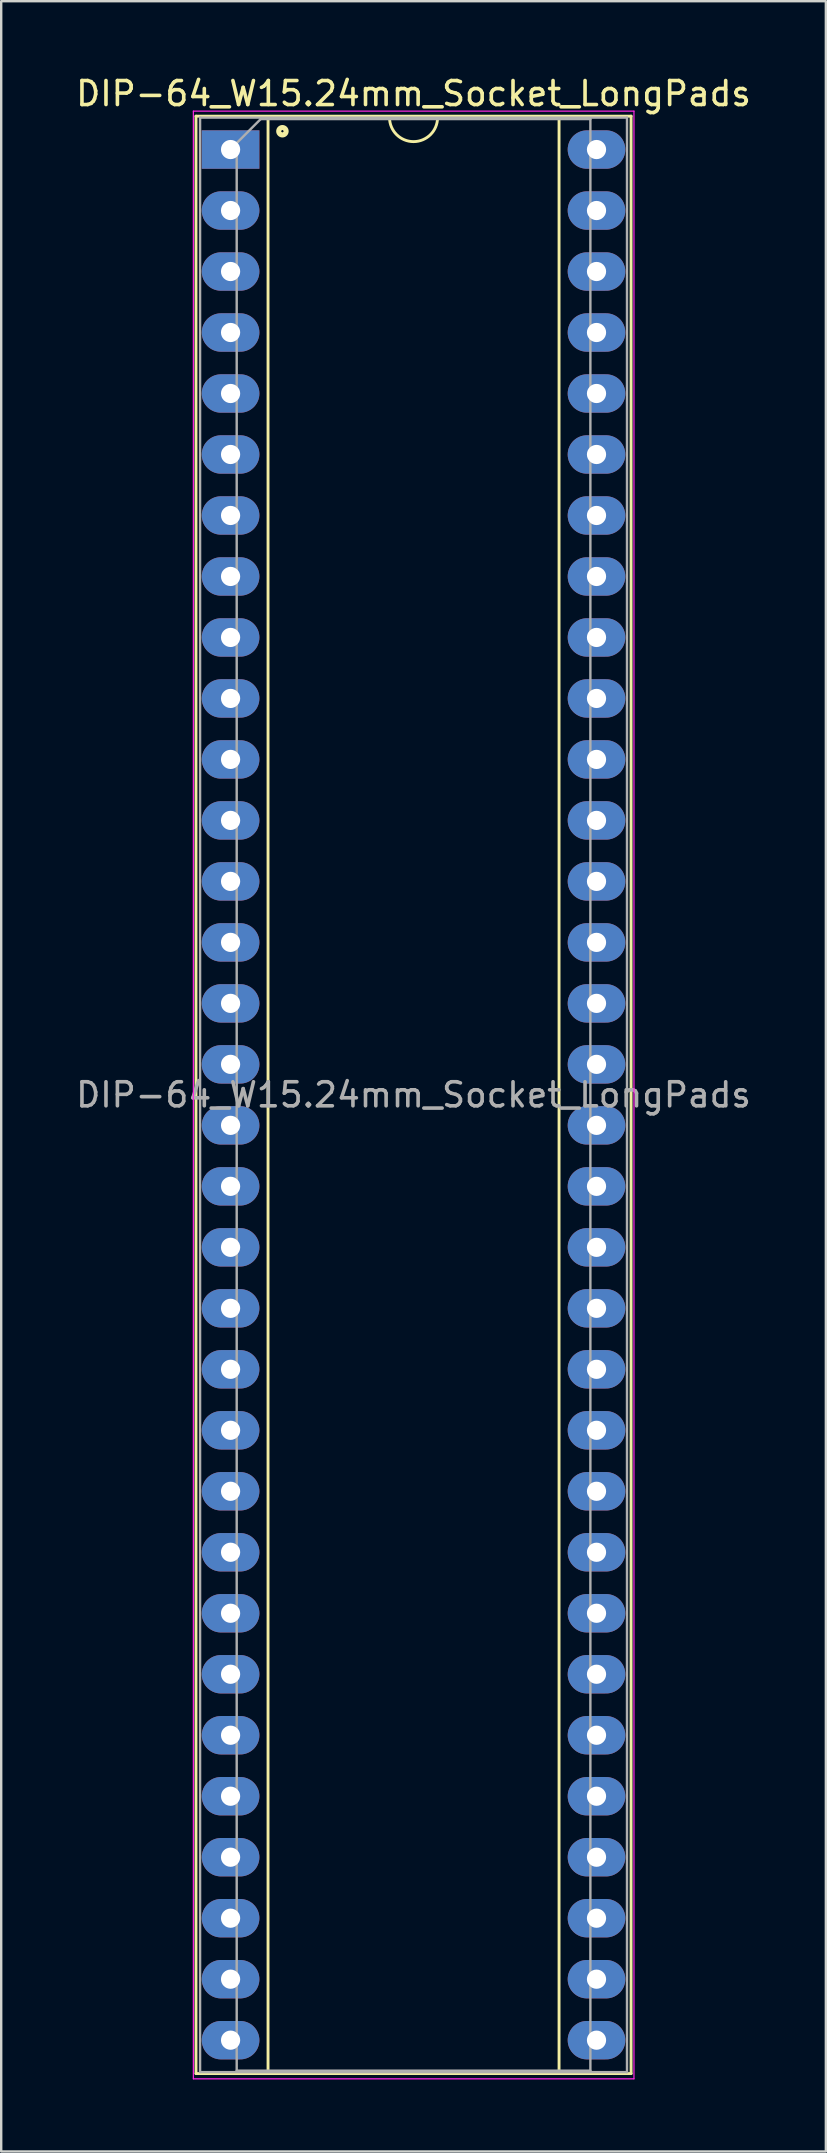
<source format=kicad_pcb>
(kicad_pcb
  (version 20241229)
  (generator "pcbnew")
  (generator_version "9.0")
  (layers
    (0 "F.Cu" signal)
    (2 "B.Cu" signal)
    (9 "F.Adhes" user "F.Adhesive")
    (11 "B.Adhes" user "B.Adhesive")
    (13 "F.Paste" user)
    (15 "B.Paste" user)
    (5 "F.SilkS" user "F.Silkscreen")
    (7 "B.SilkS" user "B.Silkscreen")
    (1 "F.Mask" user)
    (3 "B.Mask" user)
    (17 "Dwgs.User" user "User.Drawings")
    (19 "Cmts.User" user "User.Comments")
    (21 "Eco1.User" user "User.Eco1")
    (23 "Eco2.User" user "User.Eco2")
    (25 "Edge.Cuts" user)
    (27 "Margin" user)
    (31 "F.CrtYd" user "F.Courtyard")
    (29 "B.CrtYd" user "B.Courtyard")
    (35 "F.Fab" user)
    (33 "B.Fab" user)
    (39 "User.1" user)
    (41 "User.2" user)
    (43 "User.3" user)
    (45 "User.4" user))
  (footprint "DIP-64_W15.24mm_Socket_LongPads"
    (layer "F.Cu")
    (at 6.553 3.178)
    (property "Reference" "DIP-64_W15.24mm_Socket_LongPads" (at 7.62 -2.33 0) (layer "F.SilkS") (effects (font (size 1 1) (thickness 0.15))))
    (attr through_hole)
    (fp_line (start -1.44 -1.39) (end -1.44 80.13) (stroke (width 0.12) (type solid)) (layer "F.SilkS"))
    (fp_line (start -1.44 80.13) (end 16.68 80.13) (stroke (width 0.12) (type solid)) (layer "F.SilkS"))
    (fp_line (start 1.56 -1.33) (end 1.56 80.07) (stroke (width 0.12) (type solid)) (layer "F.SilkS"))
    (fp_line (start 1.56 80.07) (end 13.68 80.07) (stroke (width 0.12) (type solid)) (layer "F.SilkS"))
    (fp_line (start 6.62 -1.33) (end 1.56 -1.33) (stroke (width 0.12) (type solid)) (layer "F.SilkS"))
    (fp_line (start 13.68 -1.33) (end 8.62 -1.33) (stroke (width 0.12) (type solid)) (layer "F.SilkS"))
    (fp_line (start 13.68 80.07) (end 13.68 -1.33) (stroke (width 0.12) (type solid)) (layer "F.SilkS"))
    (fp_line (start 16.68 -1.39) (end -1.44 -1.39) (stroke (width 0.12) (type solid)) (layer "F.SilkS"))
    (fp_line (start 16.68 80.13) (end 16.68 -1.39) (stroke (width 0.12) (type solid)) (layer "F.SilkS"))
    (fp_arc (start 8.62 -1.33) (mid 7.62 -0.33) (end 6.62 -1.33) (stroke (width 0.12) (type solid)) (layer "F.SilkS"))
    (fp_circle (center 2.159 -0.762) (end 2.209 -0.762) (stroke (width 0.12) (type solid)) (fill no) (layer "F.SilkS"))
    (fp_circle (center 2.159 -0.762) (end 2.284 -0.762) (stroke (width 0.12) (type solid)) (fill no) (layer "F.SilkS"))
    (fp_circle (center 2.159 -0.762) (end 2.359 -0.762) (stroke (width 0.12) (type solid)) (fill no) (layer "F.SilkS"))
    (fp_line (start -1.55 -1.6) (end -1.55 80.35) (stroke (width 0.05) (type solid)) (layer "F.CrtYd"))
    (fp_line (start -1.55 80.35) (end 16.8 80.35) (stroke (width 0.05) (type solid)) (layer "F.CrtYd"))
    (fp_line (start 16.8 -1.6) (end -1.55 -1.6) (stroke (width 0.05) (type solid)) (layer "F.CrtYd"))
    (fp_line (start 16.8 80.35) (end 16.8 -1.6) (stroke (width 0.05) (type solid)) (layer "F.CrtYd"))
    (fp_line (start -1.27 -1.33) (end -1.27 80.07) (stroke (width 0.1) (type solid)) (layer "F.Fab"))
    (fp_line (start -1.27 80.07) (end 16.51 80.07) (stroke (width 0.1) (type solid)) (layer "F.Fab"))
    (fp_line (start 0.255 -0.27) (end 1.255 -1.27) (stroke (width 0.1) (type solid)) (layer "F.Fab"))
    (fp_line (start 0.255 80.01) (end 0.255 -0.27) (stroke (width 0.1) (type solid)) (layer "F.Fab"))
    (fp_line (start 1.255 -1.27) (end 14.985 -1.27) (stroke (width 0.1) (type solid)) (layer "F.Fab"))
    (fp_line (start 14.985 -1.27) (end 14.985 80.01) (stroke (width 0.1) (type solid)) (layer "F.Fab"))
    (fp_line (start 14.985 80.01) (end 0.255 80.01) (stroke (width 0.1) (type solid)) (layer "F.Fab"))
    (fp_line (start 16.51 -1.33) (end -1.27 -1.33) (stroke (width 0.1) (type solid)) (layer "F.Fab"))
    (fp_line (start 16.51 80.07) (end 16.51 -1.33) (stroke (width 0.1) (type solid)) (layer "F.Fab"))
    (fp_text user "${REFERENCE}" (at 7.62 39.37 0) (layer "F.Fab") (effects (font (size 1 1) (thickness 0.15))))
    (pad "1" thru_hole rect (at 0 0) (size 2.4 1.6) (drill 0.8) (layers "*.Cu" "*.Mask"))
    (pad "2" thru_hole oval (at 0 2.54) (size 2.4 1.6) (drill 0.8) (layers "*.Cu" "*.Mask"))
    (pad "3" thru_hole oval (at 0 5.08) (size 2.4 1.6) (drill 0.8) (layers "*.Cu" "*.Mask"))
    (pad "4" thru_hole oval (at 0 7.62) (size 2.4 1.6) (drill 0.8) (layers "*.Cu" "*.Mask"))
    (pad "5" thru_hole oval (at 0 10.16) (size 2.4 1.6) (drill 0.8) (layers "*.Cu" "*.Mask"))
    (pad "6" thru_hole oval (at 0 12.7) (size 2.4 1.6) (drill 0.8) (layers "*.Cu" "*.Mask"))
    (pad "7" thru_hole oval (at 0 15.24) (size 2.4 1.6) (drill 0.8) (layers "*.Cu" "*.Mask"))
    (pad "8" thru_hole oval (at 0 17.78) (size 2.4 1.6) (drill 0.8) (layers "*.Cu" "*.Mask"))
    (pad "9" thru_hole oval (at 0 20.32) (size 2.4 1.6) (drill 0.8) (layers "*.Cu" "*.Mask"))
    (pad "10" thru_hole oval (at 0 22.86) (size 2.4 1.6) (drill 0.8) (layers "*.Cu" "*.Mask"))
    (pad "11" thru_hole oval (at 0 25.4) (size 2.4 1.6) (drill 0.8) (layers "*.Cu" "*.Mask"))
    (pad "12" thru_hole oval (at 0 27.94) (size 2.4 1.6) (drill 0.8) (layers "*.Cu" "*.Mask"))
    (pad "13" thru_hole oval (at 0 30.48) (size 2.4 1.6) (drill 0.8) (layers "*.Cu" "*.Mask"))
    (pad "14" thru_hole oval (at 0 33.02) (size 2.4 1.6) (drill 0.8) (layers "*.Cu" "*.Mask"))
    (pad "15" thru_hole oval (at 0 35.56) (size 2.4 1.6) (drill 0.8) (layers "*.Cu" "*.Mask"))
    (pad "16" thru_hole oval (at 0 38.1) (size 2.4 1.6) (drill 0.8) (layers "*.Cu" "*.Mask"))
    (pad "17" thru_hole oval (at 0 40.64) (size 2.4 1.6) (drill 0.8) (layers "*.Cu" "*.Mask"))
    (pad "18" thru_hole oval (at 0 43.18) (size 2.4 1.6) (drill 0.8) (layers "*.Cu" "*.Mask"))
    (pad "19" thru_hole oval (at 0 45.72) (size 2.4 1.6) (drill 0.8) (layers "*.Cu" "*.Mask"))
    (pad "20" thru_hole oval (at 0 48.26) (size 2.4 1.6) (drill 0.8) (layers "*.Cu" "*.Mask"))
    (pad "21" thru_hole oval (at 0 50.8) (size 2.4 1.6) (drill 0.8) (layers "*.Cu" "*.Mask"))
    (pad "22" thru_hole oval (at 0 53.34) (size 2.4 1.6) (drill 0.8) (layers "*.Cu" "*.Mask"))
    (pad "23" thru_hole oval (at 0 55.88) (size 2.4 1.6) (drill 0.8) (layers "*.Cu" "*.Mask"))
    (pad "24" thru_hole oval (at 0 58.42) (size 2.4 1.6) (drill 0.8) (layers "*.Cu" "*.Mask"))
    (pad "25" thru_hole oval (at 0 60.96) (size 2.4 1.6) (drill 0.8) (layers "*.Cu" "*.Mask"))
    (pad "26" thru_hole oval (at 0 63.5) (size 2.4 1.6) (drill 0.8) (layers "*.Cu" "*.Mask"))
    (pad "27" thru_hole oval (at 0 66.04) (size 2.4 1.6) (drill 0.8) (layers "*.Cu" "*.Mask"))
    (pad "28" thru_hole oval (at 0 68.58) (size 2.4 1.6) (drill 0.8) (layers "*.Cu" "*.Mask"))
    (pad "29" thru_hole oval (at 0 71.12) (size 2.4 1.6) (drill 0.8) (layers "*.Cu" "*.Mask"))
    (pad "30" thru_hole oval (at 0 73.66) (size 2.4 1.6) (drill 0.8) (layers "*.Cu" "*.Mask"))
    (pad "31" thru_hole oval (at 0 76.2) (size 2.4 1.6) (drill 0.8) (layers "*.Cu" "*.Mask"))
    (pad "32" thru_hole oval (at 0 78.74) (size 2.4 1.6) (drill 0.8) (layers "*.Cu" "*.Mask"))
    (pad "33" thru_hole oval (at 15.24 78.74) (size 2.4 1.6) (drill 0.8) (layers "*.Cu" "*.Mask"))
    (pad "34" thru_hole oval (at 15.24 76.2) (size 2.4 1.6) (drill 0.8) (layers "*.Cu" "*.Mask"))
    (pad "35" thru_hole oval (at 15.24 73.66) (size 2.4 1.6) (drill 0.8) (layers "*.Cu" "*.Mask"))
    (pad "36" thru_hole oval (at 15.24 71.12) (size 2.4 1.6) (drill 0.8) (layers "*.Cu" "*.Mask"))
    (pad "37" thru_hole oval (at 15.24 68.58) (size 2.4 1.6) (drill 0.8) (layers "*.Cu" "*.Mask"))
    (pad "38" thru_hole oval (at 15.24 66.04) (size 2.4 1.6) (drill 0.8) (layers "*.Cu" "*.Mask"))
    (pad "39" thru_hole oval (at 15.24 63.5) (size 2.4 1.6) (drill 0.8) (layers "*.Cu" "*.Mask"))
    (pad "40" thru_hole oval (at 15.24 60.96) (size 2.4 1.6) (drill 0.8) (layers "*.Cu" "*.Mask"))
    (pad "41" thru_hole oval (at 15.24 58.42) (size 2.4 1.6) (drill 0.8) (layers "*.Cu" "*.Mask"))
    (pad "42" thru_hole oval (at 15.24 55.88) (size 2.4 1.6) (drill 0.8) (layers "*.Cu" "*.Mask"))
    (pad "43" thru_hole oval (at 15.24 53.34) (size 2.4 1.6) (drill 0.8) (layers "*.Cu" "*.Mask"))
    (pad "44" thru_hole oval (at 15.24 50.8) (size 2.4 1.6) (drill 0.8) (layers "*.Cu" "*.Mask"))
    (pad "45" thru_hole oval (at 15.24 48.26) (size 2.4 1.6) (drill 0.8) (layers "*.Cu" "*.Mask"))
    (pad "46" thru_hole oval (at 15.24 45.72) (size 2.4 1.6) (drill 0.8) (layers "*.Cu" "*.Mask"))
    (pad "47" thru_hole oval (at 15.24 43.18) (size 2.4 1.6) (drill 0.8) (layers "*.Cu" "*.Mask"))
    (pad "48" thru_hole oval (at 15.24 40.64) (size 2.4 1.6) (drill 0.8) (layers "*.Cu" "*.Mask"))
    (pad "49" thru_hole oval (at 15.24 38.1) (size 2.4 1.6) (drill 0.8) (layers "*.Cu" "*.Mask"))
    (pad "50" thru_hole oval (at 15.24 35.56) (size 2.4 1.6) (drill 0.8) (layers "*.Cu" "*.Mask"))
    (pad "51" thru_hole oval (at 15.24 33.02) (size 2.4 1.6) (drill 0.8) (layers "*.Cu" "*.Mask"))
    (pad "52" thru_hole oval (at 15.24 30.48) (size 2.4 1.6) (drill 0.8) (layers "*.Cu" "*.Mask"))
    (pad "53" thru_hole oval (at 15.24 27.94) (size 2.4 1.6) (drill 0.8) (layers "*.Cu" "*.Mask"))
    (pad "54" thru_hole oval (at 15.24 25.4) (size 2.4 1.6) (drill 0.8) (layers "*.Cu" "*.Mask"))
    (pad "55" thru_hole oval (at 15.24 22.86) (size 2.4 1.6) (drill 0.8) (layers "*.Cu" "*.Mask"))
    (pad "56" thru_hole oval (at 15.24 20.32) (size 2.4 1.6) (drill 0.8) (layers "*.Cu" "*.Mask"))
    (pad "57" thru_hole oval (at 15.24 17.78) (size 2.4 1.6) (drill 0.8) (layers "*.Cu" "*.Mask"))
    (pad "58" thru_hole oval (at 15.24 15.24) (size 2.4 1.6) (drill 0.8) (layers "*.Cu" "*.Mask"))
    (pad "59" thru_hole oval (at 15.24 12.7) (size 2.4 1.6) (drill 0.8) (layers "*.Cu" "*.Mask"))
    (pad "60" thru_hole oval (at 15.24 10.16) (size 2.4 1.6) (drill 0.8) (layers "*.Cu" "*.Mask"))
    (pad "61" thru_hole oval (at 15.24 7.62) (size 2.4 1.6) (drill 0.8) (layers "*.Cu" "*.Mask"))
    (pad "62" thru_hole oval (at 15.24 5.08) (size 2.4 1.6) (drill 0.8) (layers "*.Cu" "*.Mask"))
    (pad "63" thru_hole oval (at 15.24 2.54) (size 2.4 1.6) (drill 0.8) (layers "*.Cu" "*.Mask"))
    (pad "64" thru_hole oval (at 15.24 0) (size 2.4 1.6) (drill 0.8) (layers "*.Cu" "*.Mask")))
  (gr_rect
    (start -3 -3)
    (end 31.345 86.553)
    (stroke (width 0.1) (type default))
    (fill no)
    (layer "Edge.Cuts")))
</source>
